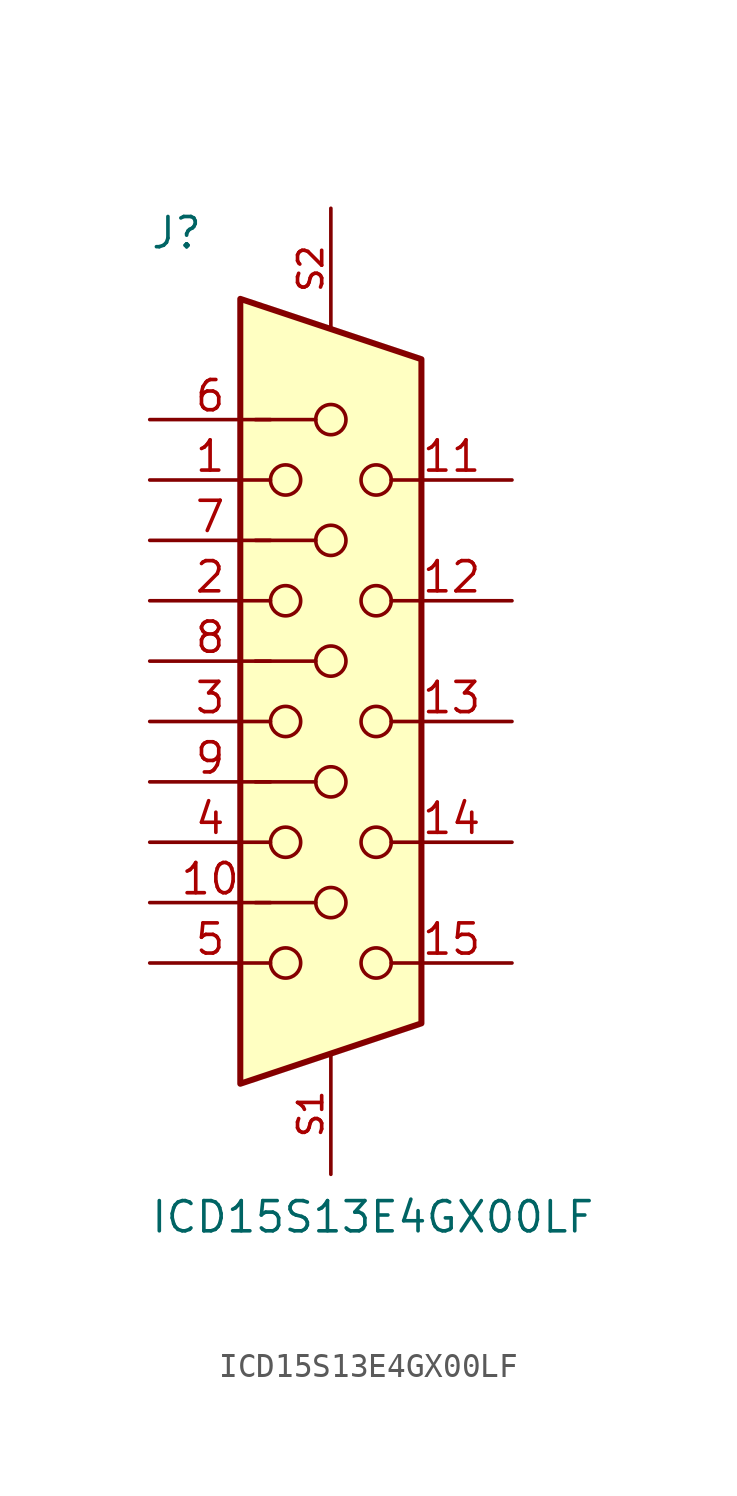
<source format=kicad_sym>
(kicad_symbol_lib
  (version 20241209)
  (generator "kicad_symbol_editor")
  (generator_version "9.0")
  (symbol "ICD15S13E4GX00LF"
    (pin_names
      (offset 1.016))
    (property "Reference" "J"
      (at -7.62 18.542 0)
      (effects (font (size 1.27 1.27)) (justify left bottom)))
    (property "Value" "ICD15S13E4GX00LF"
      (at -7.62 -22.86 0)
      (effects (font (size 1.27 1.27)) (justify left bottom)))
    (symbol "ICD15S13E4GX00LF_0_0"
      (pin passive line (at 0 20.32 270) (length 5.08) (name "SHIELD__1" (effects (font (size 0 0)))) (number "S2" (effects (font (size 1.016 1.016)))))
      (pin passive line (at 0 -20.32 90) (length 5.08) (name "SHIELD" (effects (font (size 0 0)))) (number "S1" (effects (font (size 1.016 1.016))))))
    (symbol "ICD15S13E4GX00LF_1_1"
      (polyline (pts (xy -3.81 16.51) (xy -3.81 -16.51) (xy 3.81 -13.97) (xy 3.81 13.97) (xy -3.81 16.51)) (stroke (width 0.254) (type solid)) (fill (type background)))
      (polyline (pts (xy -3.175 6.35) (xy -0.635 6.35)) (stroke (width 0) (type solid)) (fill (type none)))
      (circle (center -1.905 8.89) (radius 0.635) (stroke (width 0) (type solid)) (fill (type none)))
      (circle (center -1.905 3.81) (radius 0.635) (stroke (width 0) (type solid)) (fill (type none)))
      (circle (center -1.905 -1.27) (radius 0.635) (stroke (width 0) (type solid)) (fill (type none)))
      (circle (center -1.905 -6.35) (radius 0.635) (stroke (width 0) (type solid)) (fill (type none)))
      (circle (center -1.905 -11.43) (radius 0.635) (stroke (width 0) (type solid)) (fill (type none)))
      (polyline (pts (xy -0.635 11.43) (xy -3.175 11.43)) (stroke (width 0) (type solid)) (fill (type none)))
      (polyline (pts (xy -0.635 1.27) (xy -3.175 1.27)) (stroke (width 0) (type solid)) (fill (type none)))
      (polyline (pts (xy -0.635 -3.81) (xy -3.175 -3.81)) (stroke (width 0) (type solid)) (fill (type none)))
      (polyline (pts (xy -0.635 -8.89) (xy -3.175 -8.89)) (stroke (width 0) (type solid)) (fill (type none)))
      (circle (center 0 11.43) (radius 0.635) (stroke (width 0) (type solid)) (fill (type none)))
      (circle (center 0 6.35) (radius 0.635) (stroke (width 0) (type solid)) (fill (type none)))
      (circle (center 0 1.27) (radius 0.635) (stroke (width 0) (type solid)) (fill (type none)))
      (circle (center 0 -3.81) (radius 0.635) (stroke (width 0) (type solid)) (fill (type none)))
      (circle (center 0 -8.89) (radius 0.635) (stroke (width 0) (type solid)) (fill (type none)))
      (circle (center 1.905 8.89) (radius 0.635) (stroke (width 0) (type solid)) (fill (type none)))
      (circle (center 1.905 3.81) (radius 0.635) (stroke (width 0) (type solid)) (fill (type none)))
      (circle (center 1.905 -1.27) (radius 0.635) (stroke (width 0) (type solid)) (fill (type none)))
      (circle (center 1.905 -6.35) (radius 0.635) (stroke (width 0) (type solid)) (fill (type none)))
      (circle (center 1.905 -11.43) (radius 0.635) (stroke (width 0) (type solid)) (fill (type none)))
      (pin passive line (at -7.62 11.43 0) (length 5.08) (name "~" (effects (font (size 1.27 1.27)))) (number "6" (effects (font (size 1.27 1.27)))))
      (pin passive line (at -7.62 8.89 0) (length 5.08) (name "~" (effects (font (size 1.27 1.27)))) (number "1" (effects (font (size 1.27 1.27)))))
      (pin passive line (at -7.62 6.35 0) (length 5.08) (name "~" (effects (font (size 1.27 1.27)))) (number "7" (effects (font (size 1.27 1.27)))))
      (pin passive line (at -7.62 3.81 0) (length 5.08) (name "~" (effects (font (size 1.27 1.27)))) (number "2" (effects (font (size 1.27 1.27)))))
      (pin passive line (at -7.62 1.27 0) (length 5.08) (name "~" (effects (font (size 1.27 1.27)))) (number "8" (effects (font (size 1.27 1.27)))))
      (pin passive line (at -7.62 -1.27 0) (length 5.08) (name "~" (effects (font (size 1.27 1.27)))) (number "3" (effects (font (size 1.27 1.27)))))
      (pin passive line (at -7.62 -3.81 0) (length 5.08) (name "~" (effects (font (size 1.27 1.27)))) (number "9" (effects (font (size 1.27 1.27)))))
      (pin passive line (at -7.62 -6.35 0) (length 5.08) (name "~" (effects (font (size 1.27 1.27)))) (number "4" (effects (font (size 1.27 1.27)))))
      (pin passive line (at -7.62 -8.89 0) (length 5.08) (name "~" (effects (font (size 1.27 1.27)))) (number "10" (effects (font (size 1.27 1.27)))))
      (pin passive line (at -7.62 -11.43 0) (length 5.08) (name "~" (effects (font (size 1.27 1.27)))) (number "5" (effects (font (size 1.27 1.27)))))
      (pin passive line (at 7.62 8.89 180) (length 5.08) (name "~" (effects (font (size 1.27 1.27)))) (number "11" (effects (font (size 1.27 1.27)))))
      (pin passive line (at 7.62 3.81 180) (length 5.08) (name "~" (effects (font (size 1.27 1.27)))) (number "12" (effects (font (size 1.27 1.27)))))
      (pin passive line (at 7.62 -1.27 180) (length 5.08) (name "~" (effects (font (size 1.27 1.27)))) (number "13" (effects (font (size 1.27 1.27)))))
      (pin passive line (at 7.62 -6.35 180) (length 5.08) (name "~" (effects (font (size 1.27 1.27)))) (number "14" (effects (font (size 1.27 1.27)))))
      (pin passive line (at 7.62 -11.43 180) (length 5.08) (name "~" (effects (font (size 1.27 1.27)))) (number "15" (effects (font (size 1.27 1.27))))))))
</source>
